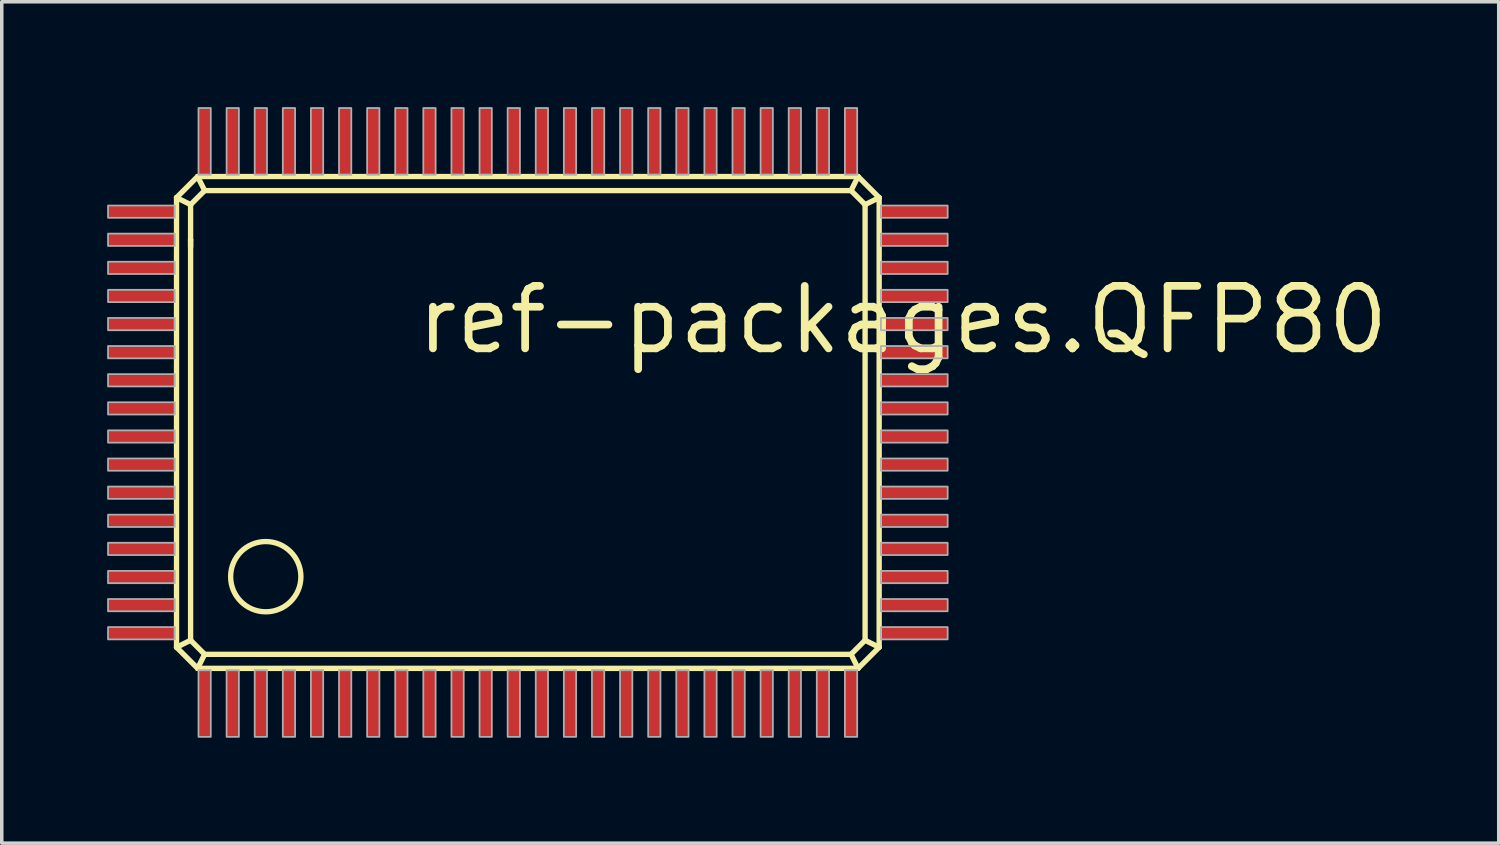
<source format=kicad_pcb>
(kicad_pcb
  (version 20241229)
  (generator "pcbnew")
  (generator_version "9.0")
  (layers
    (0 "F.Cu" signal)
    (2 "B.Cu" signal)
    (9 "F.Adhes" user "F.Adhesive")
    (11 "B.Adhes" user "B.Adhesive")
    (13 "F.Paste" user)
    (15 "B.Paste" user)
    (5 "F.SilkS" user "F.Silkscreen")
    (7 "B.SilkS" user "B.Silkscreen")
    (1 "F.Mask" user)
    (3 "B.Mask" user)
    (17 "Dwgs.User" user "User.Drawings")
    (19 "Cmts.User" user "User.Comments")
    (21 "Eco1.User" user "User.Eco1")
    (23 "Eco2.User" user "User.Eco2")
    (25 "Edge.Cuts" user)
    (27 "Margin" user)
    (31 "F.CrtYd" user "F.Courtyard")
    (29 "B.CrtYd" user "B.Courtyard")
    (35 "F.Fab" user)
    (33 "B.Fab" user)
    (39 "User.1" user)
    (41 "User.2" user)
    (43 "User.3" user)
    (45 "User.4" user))
  (footprint "ref-packages.QFP80"
    (layer "F.Cu")
    (at 11.575 9.445)
    (property "Reference" "ref-packages.QFP80" (at -2.87 -2.35 0) (layer "F.SilkS") (effects (font (size 1.778 1.778) (thickness 0.22)) (justify left bottom)))
    (attr smd)
    (fp_line (start -9.6 -6.87) (end -9 -7.47) (stroke (width 0.152) (type default)) (layer "F.SilkS"))
    (fp_line (start -9.6 5.93) (end -9.6 -6.87) (stroke (width 0.152) (type default)) (layer "F.SilkS"))
    (fp_line (start -9.2 -6.67) (end -9.6 -6.87) (stroke (width 0.152) (type default)) (layer "F.SilkS"))
    (fp_line (start -9.2 -6.67) (end -8.8 -7.07) (stroke (width 0.152) (type default)) (layer "F.SilkS"))
    (fp_line (start -9.2 -5.67) (end -9.2 -6.67) (stroke (width 0.152) (type default)) (layer "F.SilkS"))
    (fp_line (start -9.2 -5.47) (end -9.2 -5.67) (stroke (width 0.152) (type default)) (layer "F.SilkS"))
    (fp_line (start -9.2 5.73) (end -9.6 5.93) (stroke (width 0.152) (type default)) (layer "F.SilkS"))
    (fp_line (start -9.2 5.73) (end -9.2 -5.67) (stroke (width 0.152) (type default)) (layer "F.SilkS"))
    (fp_line (start -9 -7.47) (end -8.8 -7.07) (stroke (width 0.152) (type default)) (layer "F.SilkS"))
    (fp_line (start -9 -7.47) (end 9.8 -7.47) (stroke (width 0.152) (type default)) (layer "F.SilkS"))
    (fp_line (start -9 6.53) (end -9.6 5.93) (stroke (width 0.152) (type default)) (layer "F.SilkS"))
    (fp_line (start -9 6.53) (end -8.8 6.13) (stroke (width 0.152) (type default)) (layer "F.SilkS"))
    (fp_line (start -8.8 -7.07) (end 9.6 -7.07) (stroke (width 0.152) (type default)) (layer "F.SilkS"))
    (fp_line (start -8.8 6.13) (end -9.2 5.73) (stroke (width 0.152) (type default)) (layer "F.SilkS"))
    (fp_line (start 9.6 -7.07) (end 10 -6.67) (stroke (width 0.152) (type default)) (layer "F.SilkS"))
    (fp_line (start 9.6 6.13) (end -8.8 6.13) (stroke (width 0.152) (type default)) (layer "F.SilkS"))
    (fp_line (start 9.8 -7.47) (end 9.6 -7.07) (stroke (width 0.152) (type default)) (layer "F.SilkS"))
    (fp_line (start 9.8 -7.47) (end 10.4 -6.87) (stroke (width 0.152) (type default)) (layer "F.SilkS"))
    (fp_line (start 9.8 6.53) (end -9 6.53) (stroke (width 0.152) (type default)) (layer "F.SilkS"))
    (fp_line (start 9.8 6.53) (end 9.6 6.13) (stroke (width 0.152) (type default)) (layer "F.SilkS"))
    (fp_line (start 10 -6.67) (end 10 5.73) (stroke (width 0.152) (type default)) (layer "F.SilkS"))
    (fp_line (start 10 -6.67) (end 10.4 -6.87) (stroke (width 0.152) (type default)) (layer "F.SilkS"))
    (fp_line (start 10 5.73) (end 9.6 6.13) (stroke (width 0.152) (type default)) (layer "F.SilkS"))
    (fp_line (start 10 5.73) (end 10.4 5.93) (stroke (width 0.152) (type default)) (layer "F.SilkS"))
    (fp_line (start 10.4 -6.87) (end 10.4 5.93) (stroke (width 0.152) (type default)) (layer "F.SilkS"))
    (fp_line (start 10.4 5.93) (end 9.8 6.53) (stroke (width 0.152) (type default)) (layer "F.SilkS"))
    (fp_circle (center -7.06 3.92) (end -6.06 3.92) (stroke (width 0.152) (type default)) (fill no) (layer "F.SilkS"))
    (fp_rect (start -11.55 -6.295) (end -9.65 -6.645) (stroke (width 0.05) (type default)) (fill no) (layer "F.Fab"))
    (fp_rect (start -11.55 -5.495) (end -9.65 -5.845) (stroke (width 0.05) (type default)) (fill no) (layer "F.Fab"))
    (fp_rect (start -11.55 -4.695) (end -9.65 -5.045) (stroke (width 0.05) (type default)) (fill no) (layer "F.Fab"))
    (fp_rect (start -11.55 -3.895) (end -9.65 -4.245) (stroke (width 0.05) (type default)) (fill no) (layer "F.Fab"))
    (fp_rect (start -11.55 -3.095) (end -9.65 -3.445) (stroke (width 0.05) (type default)) (fill no) (layer "F.Fab"))
    (fp_rect (start -11.55 -2.295) (end -9.65 -2.645) (stroke (width 0.05) (type default)) (fill no) (layer "F.Fab"))
    (fp_rect (start -11.55 -1.495) (end -9.65 -1.845) (stroke (width 0.05) (type default)) (fill no) (layer "F.Fab"))
    (fp_rect (start -11.55 -0.695) (end -9.65 -1.045) (stroke (width 0.05) (type default)) (fill no) (layer "F.Fab"))
    (fp_rect (start -11.55 0.105) (end -9.65 -0.245) (stroke (width 0.05) (type default)) (fill no) (layer "F.Fab"))
    (fp_rect (start -11.55 0.905) (end -9.65 0.555) (stroke (width 0.05) (type default)) (fill no) (layer "F.Fab"))
    (fp_rect (start -11.55 1.705) (end -9.65 1.355) (stroke (width 0.05) (type default)) (fill no) (layer "F.Fab"))
    (fp_rect (start -11.55 2.505) (end -9.65 2.155) (stroke (width 0.05) (type default)) (fill no) (layer "F.Fab"))
    (fp_rect (start -11.55 3.305) (end -9.65 2.955) (stroke (width 0.05) (type default)) (fill no) (layer "F.Fab"))
    (fp_rect (start -11.55 4.105) (end -9.65 3.755) (stroke (width 0.05) (type default)) (fill no) (layer "F.Fab"))
    (fp_rect (start -11.55 4.905) (end -9.65 4.555) (stroke (width 0.05) (type default)) (fill no) (layer "F.Fab"))
    (fp_rect (start -11.55 5.705) (end -9.65 5.355) (stroke (width 0.05) (type default)) (fill no) (layer "F.Fab"))
    (fp_rect (start -8.975 -7.52) (end -8.625 -9.42) (stroke (width 0.05) (type default)) (fill no) (layer "F.Fab"))
    (fp_rect (start -8.975 8.48) (end -8.625 6.58) (stroke (width 0.05) (type default)) (fill no) (layer "F.Fab"))
    (fp_rect (start -8.175 -7.52) (end -7.825 -9.42) (stroke (width 0.05) (type default)) (fill no) (layer "F.Fab"))
    (fp_rect (start -8.175 8.48) (end -7.825 6.58) (stroke (width 0.05) (type default)) (fill no) (layer "F.Fab"))
    (fp_rect (start -7.375 -7.52) (end -7.025 -9.42) (stroke (width 0.05) (type default)) (fill no) (layer "F.Fab"))
    (fp_rect (start -7.375 8.48) (end -7.025 6.58) (stroke (width 0.05) (type default)) (fill no) (layer "F.Fab"))
    (fp_rect (start -6.575 -7.52) (end -6.225 -9.42) (stroke (width 0.05) (type default)) (fill no) (layer "F.Fab"))
    (fp_rect (start -6.575 8.48) (end -6.225 6.58) (stroke (width 0.05) (type default)) (fill no) (layer "F.Fab"))
    (fp_rect (start -5.775 -7.52) (end -5.425 -9.42) (stroke (width 0.05) (type default)) (fill no) (layer "F.Fab"))
    (fp_rect (start -5.775 8.48) (end -5.425 6.58) (stroke (width 0.05) (type default)) (fill no) (layer "F.Fab"))
    (fp_rect (start -4.975 -7.52) (end -4.625 -9.42) (stroke (width 0.05) (type default)) (fill no) (layer "F.Fab"))
    (fp_rect (start -4.975 8.48) (end -4.625 6.58) (stroke (width 0.05) (type default)) (fill no) (layer "F.Fab"))
    (fp_rect (start -4.175 -7.52) (end -3.825 -9.42) (stroke (width 0.05) (type default)) (fill no) (layer "F.Fab"))
    (fp_rect (start -4.175 8.48) (end -3.825 6.58) (stroke (width 0.05) (type default)) (fill no) (layer "F.Fab"))
    (fp_rect (start -3.375 -7.52) (end -3.025 -9.42) (stroke (width 0.05) (type default)) (fill no) (layer "F.Fab"))
    (fp_rect (start -3.375 8.48) (end -3.025 6.58) (stroke (width 0.05) (type default)) (fill no) (layer "F.Fab"))
    (fp_rect (start -2.575 -7.52) (end -2.225 -9.42) (stroke (width 0.05) (type default)) (fill no) (layer "F.Fab"))
    (fp_rect (start -2.575 8.48) (end -2.225 6.58) (stroke (width 0.05) (type default)) (fill no) (layer "F.Fab"))
    (fp_rect (start -1.775 -7.52) (end -1.425 -9.42) (stroke (width 0.05) (type default)) (fill no) (layer "F.Fab"))
    (fp_rect (start -1.775 8.48) (end -1.425 6.58) (stroke (width 0.05) (type default)) (fill no) (layer "F.Fab"))
    (fp_rect (start -0.975 -7.52) (end -0.625 -9.42) (stroke (width 0.05) (type default)) (fill no) (layer "F.Fab"))
    (fp_rect (start -0.975 8.48) (end -0.625 6.58) (stroke (width 0.05) (type default)) (fill no) (layer "F.Fab"))
    (fp_rect (start -0.175 -7.52) (end 0.175 -9.42) (stroke (width 0.05) (type default)) (fill no) (layer "F.Fab"))
    (fp_rect (start -0.175 8.48) (end 0.175 6.58) (stroke (width 0.05) (type default)) (fill no) (layer "F.Fab"))
    (fp_rect (start 0.625 -7.52) (end 0.975 -9.42) (stroke (width 0.05) (type default)) (fill no) (layer "F.Fab"))
    (fp_rect (start 0.625 8.48) (end 0.975 6.58) (stroke (width 0.05) (type default)) (fill no) (layer "F.Fab"))
    (fp_rect (start 1.425 -7.52) (end 1.775 -9.42) (stroke (width 0.05) (type default)) (fill no) (layer "F.Fab"))
    (fp_rect (start 1.425 8.48) (end 1.775 6.58) (stroke (width 0.05) (type default)) (fill no) (layer "F.Fab"))
    (fp_rect (start 2.225 -7.52) (end 2.575 -9.42) (stroke (width 0.05) (type default)) (fill no) (layer "F.Fab"))
    (fp_rect (start 2.225 8.48) (end 2.575 6.58) (stroke (width 0.05) (type default)) (fill no) (layer "F.Fab"))
    (fp_rect (start 3.025 -7.52) (end 3.375 -9.42) (stroke (width 0.05) (type default)) (fill no) (layer "F.Fab"))
    (fp_rect (start 3.025 8.48) (end 3.375 6.58) (stroke (width 0.05) (type default)) (fill no) (layer "F.Fab"))
    (fp_rect (start 3.825 -7.52) (end 4.175 -9.42) (stroke (width 0.05) (type default)) (fill no) (layer "F.Fab"))
    (fp_rect (start 3.825 8.48) (end 4.175 6.58) (stroke (width 0.05) (type default)) (fill no) (layer "F.Fab"))
    (fp_rect (start 4.625 -7.52) (end 4.975 -9.42) (stroke (width 0.05) (type default)) (fill no) (layer "F.Fab"))
    (fp_rect (start 4.625 8.48) (end 4.975 6.58) (stroke (width 0.05) (type default)) (fill no) (layer "F.Fab"))
    (fp_rect (start 5.425 -7.52) (end 5.775 -9.42) (stroke (width 0.05) (type default)) (fill no) (layer "F.Fab"))
    (fp_rect (start 5.425 8.48) (end 5.775 6.58) (stroke (width 0.05) (type default)) (fill no) (layer "F.Fab"))
    (fp_rect (start 6.225 -7.52) (end 6.575 -9.42) (stroke (width 0.05) (type default)) (fill no) (layer "F.Fab"))
    (fp_rect (start 6.225 8.48) (end 6.575 6.58) (stroke (width 0.05) (type default)) (fill no) (layer "F.Fab"))
    (fp_rect (start 7.025 -7.52) (end 7.375 -9.42) (stroke (width 0.05) (type default)) (fill no) (layer "F.Fab"))
    (fp_rect (start 7.025 8.48) (end 7.375 6.58) (stroke (width 0.05) (type default)) (fill no) (layer "F.Fab"))
    (fp_rect (start 7.825 -7.52) (end 8.175 -9.42) (stroke (width 0.05) (type default)) (fill no) (layer "F.Fab"))
    (fp_rect (start 7.825 8.48) (end 8.175 6.58) (stroke (width 0.05) (type default)) (fill no) (layer "F.Fab"))
    (fp_rect (start 8.625 -7.52) (end 8.975 -9.42) (stroke (width 0.05) (type default)) (fill no) (layer "F.Fab"))
    (fp_rect (start 8.625 8.48) (end 8.975 6.58) (stroke (width 0.05) (type default)) (fill no) (layer "F.Fab"))
    (fp_rect (start 9.425 -7.52) (end 9.775 -9.42) (stroke (width 0.05) (type default)) (fill no) (layer "F.Fab"))
    (fp_rect (start 9.425 8.48) (end 9.775 6.58) (stroke (width 0.05) (type default)) (fill no) (layer "F.Fab"))
    (fp_rect (start 10.45 -6.295) (end 12.35 -6.645) (stroke (width 0.05) (type default)) (fill no) (layer "F.Fab"))
    (fp_rect (start 10.45 -5.495) (end 12.35 -5.845) (stroke (width 0.05) (type default)) (fill no) (layer "F.Fab"))
    (fp_rect (start 10.45 -4.695) (end 12.35 -5.045) (stroke (width 0.05) (type default)) (fill no) (layer "F.Fab"))
    (fp_rect (start 10.45 -3.895) (end 12.35 -4.245) (stroke (width 0.05) (type default)) (fill no) (layer "F.Fab"))
    (fp_rect (start 10.45 -3.095) (end 12.35 -3.445) (stroke (width 0.05) (type default)) (fill no) (layer "F.Fab"))
    (fp_rect (start 10.45 -2.295) (end 12.35 -2.645) (stroke (width 0.05) (type default)) (fill no) (layer "F.Fab"))
    (fp_rect (start 10.45 -1.495) (end 12.35 -1.845) (stroke (width 0.05) (type default)) (fill no) (layer "F.Fab"))
    (fp_rect (start 10.45 -0.695) (end 12.35 -1.045) (stroke (width 0.05) (type default)) (fill no) (layer "F.Fab"))
    (fp_rect (start 10.45 0.105) (end 12.35 -0.245) (stroke (width 0.05) (type default)) (fill no) (layer "F.Fab"))
    (fp_rect (start 10.45 0.905) (end 12.35 0.555) (stroke (width 0.05) (type default)) (fill no) (layer "F.Fab"))
    (fp_rect (start 10.45 1.705) (end 12.35 1.355) (stroke (width 0.05) (type default)) (fill no) (layer "F.Fab"))
    (fp_rect (start 10.45 2.505) (end 12.35 2.155) (stroke (width 0.05) (type default)) (fill no) (layer "F.Fab"))
    (fp_rect (start 10.45 3.305) (end 12.35 2.955) (stroke (width 0.05) (type default)) (fill no) (layer "F.Fab"))
    (fp_rect (start 10.45 4.105) (end 12.35 3.755) (stroke (width 0.05) (type default)) (fill no) (layer "F.Fab"))
    (fp_rect (start 10.45 4.905) (end 12.35 4.555) (stroke (width 0.05) (type default)) (fill no) (layer "F.Fab"))
    (fp_rect (start 10.45 5.705) (end 12.35 5.355) (stroke (width 0.05) (type default)) (fill no) (layer "F.Fab"))
    (pad "1" smd roundrect (at -8.8 7.53) (size 0.35 1.9) (layers "F.Cu" "F.Mask" "F.Paste") (roundrect_rratio 0.01))
    (pad "2" smd roundrect (at -8 7.53) (size 0.35 1.9) (layers "F.Cu" "F.Mask" "F.Paste") (roundrect_rratio 0.01))
    (pad "3" smd roundrect (at -7.2 7.53) (size 0.35 1.9) (layers "F.Cu" "F.Mask" "F.Paste") (roundrect_rratio 0.01))
    (pad "4" smd roundrect (at -6.4 7.53) (size 0.35 1.9) (layers "F.Cu" "F.Mask" "F.Paste") (roundrect_rratio 0.01))
    (pad "5" smd roundrect (at -5.6 7.53) (size 0.35 1.9) (layers "F.Cu" "F.Mask" "F.Paste") (roundrect_rratio 0.01))
    (pad "6" smd roundrect (at -4.8 7.53) (size 0.35 1.9) (layers "F.Cu" "F.Mask" "F.Paste") (roundrect_rratio 0.01))
    (pad "7" smd roundrect (at -4 7.53) (size 0.35 1.9) (layers "F.Cu" "F.Mask" "F.Paste") (roundrect_rratio 0.01))
    (pad "8" smd roundrect (at -3.2 7.53) (size 0.35 1.9) (layers "F.Cu" "F.Mask" "F.Paste") (roundrect_rratio 0.01))
    (pad "9" smd roundrect (at -2.4 7.53) (size 0.35 1.9) (layers "F.Cu" "F.Mask" "F.Paste") (roundrect_rratio 0.01))
    (pad "10" smd roundrect (at -1.6 7.53) (size 0.35 1.9) (layers "F.Cu" "F.Mask" "F.Paste") (roundrect_rratio 0.01))
    (pad "11" smd roundrect (at -0.8 7.53) (size 0.35 1.9) (layers "F.Cu" "F.Mask" "F.Paste") (roundrect_rratio 0.01))
    (pad "12" smd roundrect (at 0 7.53) (size 0.35 1.9) (layers "F.Cu" "F.Mask" "F.Paste") (roundrect_rratio 0.01))
    (pad "13" smd roundrect (at 0.8 7.53) (size 0.35 1.9) (layers "F.Cu" "F.Mask" "F.Paste") (roundrect_rratio 0.01))
    (pad "14" smd roundrect (at 1.6 7.53) (size 0.35 1.9) (layers "F.Cu" "F.Mask" "F.Paste") (roundrect_rratio 0.01))
    (pad "15" smd roundrect (at 2.4 7.53) (size 0.35 1.9) (layers "F.Cu" "F.Mask" "F.Paste") (roundrect_rratio 0.01))
    (pad "16" smd roundrect (at 3.2 7.53) (size 0.35 1.9) (layers "F.Cu" "F.Mask" "F.Paste") (roundrect_rratio 0.01))
    (pad "17" smd roundrect (at 4 7.53) (size 0.35 1.9) (layers "F.Cu" "F.Mask" "F.Paste") (roundrect_rratio 0.01))
    (pad "18" smd roundrect (at 4.8 7.53) (size 0.35 1.9) (layers "F.Cu" "F.Mask" "F.Paste") (roundrect_rratio 0.01))
    (pad "19" smd roundrect (at 5.6 7.53) (size 0.35 1.9) (layers "F.Cu" "F.Mask" "F.Paste") (roundrect_rratio 0.01))
    (pad "20" smd roundrect (at 6.4 7.53) (size 0.35 1.9) (layers "F.Cu" "F.Mask" "F.Paste") (roundrect_rratio 0.01))
    (pad "21" smd roundrect (at 7.2 7.53) (size 0.35 1.9) (layers "F.Cu" "F.Mask" "F.Paste") (roundrect_rratio 0.01))
    (pad "22" smd roundrect (at 8 7.53) (size 0.35 1.9) (layers "F.Cu" "F.Mask" "F.Paste") (roundrect_rratio 0.01))
    (pad "23" smd roundrect (at 8.8 7.53) (size 0.35 1.9) (layers "F.Cu" "F.Mask" "F.Paste") (roundrect_rratio 0.01))
    (pad "24" smd roundrect (at 9.6 7.53) (size 0.35 1.9) (layers "F.Cu" "F.Mask" "F.Paste") (roundrect_rratio 0.01))
    (pad "25" smd roundrect (at 11.4 5.53) (size 1.9 0.35) (layers "F.Cu" "F.Mask" "F.Paste") (roundrect_rratio 0.01))
    (pad "26" smd roundrect (at 11.4 4.73) (size 1.9 0.35) (layers "F.Cu" "F.Mask" "F.Paste") (roundrect_rratio 0.01))
    (pad "27" smd roundrect (at 11.4 3.93) (size 1.9 0.35) (layers "F.Cu" "F.Mask" "F.Paste") (roundrect_rratio 0.01))
    (pad "28" smd roundrect (at 11.4 3.13) (size 1.9 0.35) (layers "F.Cu" "F.Mask" "F.Paste") (roundrect_rratio 0.01))
    (pad "29" smd roundrect (at 11.4 2.33) (size 1.9 0.35) (layers "F.Cu" "F.Mask" "F.Paste") (roundrect_rratio 0.01))
    (pad "30" smd roundrect (at 11.4 1.53) (size 1.9 0.35) (layers "F.Cu" "F.Mask" "F.Paste") (roundrect_rratio 0.01))
    (pad "31" smd roundrect (at 11.4 0.73) (size 1.9 0.35) (layers "F.Cu" "F.Mask" "F.Paste") (roundrect_rratio 0.01))
    (pad "32" smd roundrect (at 11.4 -0.07) (size 1.9 0.35) (layers "F.Cu" "F.Mask" "F.Paste") (roundrect_rratio 0.01))
    (pad "33" smd roundrect (at 11.4 -0.87) (size 1.9 0.35) (layers "F.Cu" "F.Mask" "F.Paste") (roundrect_rratio 0.01))
    (pad "34" smd roundrect (at 11.4 -1.67) (size 1.9 0.35) (layers "F.Cu" "F.Mask" "F.Paste") (roundrect_rratio 0.01))
    (pad "35" smd roundrect (at 11.4 -2.47) (size 1.9 0.35) (layers "F.Cu" "F.Mask" "F.Paste") (roundrect_rratio 0.01))
    (pad "36" smd roundrect (at 11.4 -3.27) (size 1.9 0.35) (layers "F.Cu" "F.Mask" "F.Paste") (roundrect_rratio 0.01))
    (pad "37" smd roundrect (at 11.4 -4.07) (size 1.9 0.35) (layers "F.Cu" "F.Mask" "F.Paste") (roundrect_rratio 0.01))
    (pad "38" smd roundrect (at 11.4 -4.87) (size 1.9 0.35) (layers "F.Cu" "F.Mask" "F.Paste") (roundrect_rratio 0.01))
    (pad "39" smd roundrect (at 11.4 -5.67) (size 1.9 0.35) (layers "F.Cu" "F.Mask" "F.Paste") (roundrect_rratio 0.01))
    (pad "40" smd roundrect (at 11.4 -6.47) (size 1.9 0.35) (layers "F.Cu" "F.Mask" "F.Paste") (roundrect_rratio 0.01))
    (pad "41" smd roundrect (at 9.6 -8.47) (size 0.35 1.9) (layers "F.Cu" "F.Mask" "F.Paste") (roundrect_rratio 0.01))
    (pad "42" smd roundrect (at 8.8 -8.47) (size 0.35 1.9) (layers "F.Cu" "F.Mask" "F.Paste") (roundrect_rratio 0.01))
    (pad "43" smd roundrect (at 8 -8.47) (size 0.35 1.9) (layers "F.Cu" "F.Mask" "F.Paste") (roundrect_rratio 0.01))
    (pad "44" smd roundrect (at 7.2 -8.47) (size 0.35 1.9) (layers "F.Cu" "F.Mask" "F.Paste") (roundrect_rratio 0.01))
    (pad "45" smd roundrect (at 6.4 -8.47) (size 0.35 1.9) (layers "F.Cu" "F.Mask" "F.Paste") (roundrect_rratio 0.01))
    (pad "46" smd roundrect (at 5.6 -8.47) (size 0.35 1.9) (layers "F.Cu" "F.Mask" "F.Paste") (roundrect_rratio 0.01))
    (pad "47" smd roundrect (at 4.8 -8.47) (size 0.35 1.9) (layers "F.Cu" "F.Mask" "F.Paste") (roundrect_rratio 0.01))
    (pad "48" smd roundrect (at 4 -8.47) (size 0.35 1.9) (layers "F.Cu" "F.Mask" "F.Paste") (roundrect_rratio 0.01))
    (pad "49" smd roundrect (at 3.2 -8.47) (size 0.35 1.9) (layers "F.Cu" "F.Mask" "F.Paste") (roundrect_rratio 0.01))
    (pad "50" smd roundrect (at 2.4 -8.47) (size 0.35 1.9) (layers "F.Cu" "F.Mask" "F.Paste") (roundrect_rratio 0.01))
    (pad "51" smd roundrect (at 1.6 -8.47) (size 0.35 1.9) (layers "F.Cu" "F.Mask" "F.Paste") (roundrect_rratio 0.01))
    (pad "52" smd roundrect (at 0.8 -8.47) (size 0.35 1.9) (layers "F.Cu" "F.Mask" "F.Paste") (roundrect_rratio 0.01))
    (pad "53" smd roundrect (at 0 -8.47) (size 0.35 1.9) (layers "F.Cu" "F.Mask" "F.Paste") (roundrect_rratio 0.01))
    (pad "54" smd roundrect (at -0.8 -8.47) (size 0.35 1.9) (layers "F.Cu" "F.Mask" "F.Paste") (roundrect_rratio 0.01))
    (pad "55" smd roundrect (at -1.6 -8.47) (size 0.35 1.9) (layers "F.Cu" "F.Mask" "F.Paste") (roundrect_rratio 0.01))
    (pad "56" smd roundrect (at -2.4 -8.47) (size 0.35 1.9) (layers "F.Cu" "F.Mask" "F.Paste") (roundrect_rratio 0.01))
    (pad "57" smd roundrect (at -3.2 -8.47) (size 0.35 1.9) (layers "F.Cu" "F.Mask" "F.Paste") (roundrect_rratio 0.01))
    (pad "58" smd roundrect (at -4 -8.47) (size 0.35 1.9) (layers "F.Cu" "F.Mask" "F.Paste") (roundrect_rratio 0.01))
    (pad "59" smd roundrect (at -4.8 -8.47) (size 0.35 1.9) (layers "F.Cu" "F.Mask" "F.Paste") (roundrect_rratio 0.01))
    (pad "60" smd roundrect (at -5.6 -8.47) (size 0.35 1.9) (layers "F.Cu" "F.Mask" "F.Paste") (roundrect_rratio 0.01))
    (pad "61" smd roundrect (at -6.4 -8.47) (size 0.35 1.9) (layers "F.Cu" "F.Mask" "F.Paste") (roundrect_rratio 0.01))
    (pad "62" smd roundrect (at -7.2 -8.47) (size 0.35 1.9) (layers "F.Cu" "F.Mask" "F.Paste") (roundrect_rratio 0.01))
    (pad "63" smd roundrect (at -8 -8.47) (size 0.35 1.9) (layers "F.Cu" "F.Mask" "F.Paste") (roundrect_rratio 0.01))
    (pad "64" smd roundrect (at -8.8 -8.47) (size 0.35 1.9) (layers "F.Cu" "F.Mask" "F.Paste") (roundrect_rratio 0.01))
    (pad "65" smd roundrect (at -10.6 -6.47) (size 1.9 0.35) (layers "F.Cu" "F.Mask" "F.Paste") (roundrect_rratio 0.01))
    (pad "66" smd roundrect (at -10.6 -5.67) (size 1.9 0.35) (layers "F.Cu" "F.Mask" "F.Paste") (roundrect_rratio 0.01))
    (pad "67" smd roundrect (at -10.6 -4.87) (size 1.9 0.35) (layers "F.Cu" "F.Mask" "F.Paste") (roundrect_rratio 0.01))
    (pad "68" smd roundrect (at -10.6 -4.07) (size 1.9 0.35) (layers "F.Cu" "F.Mask" "F.Paste") (roundrect_rratio 0.01))
    (pad "69" smd roundrect (at -10.6 -3.27) (size 1.9 0.35) (layers "F.Cu" "F.Mask" "F.Paste") (roundrect_rratio 0.01))
    (pad "70" smd roundrect (at -10.6 -2.47) (size 1.9 0.35) (layers "F.Cu" "F.Mask" "F.Paste") (roundrect_rratio 0.01))
    (pad "71" smd roundrect (at -10.6 -1.67) (size 1.9 0.35) (layers "F.Cu" "F.Mask" "F.Paste") (roundrect_rratio 0.01))
    (pad "72" smd roundrect (at -10.6 -0.87) (size 1.9 0.35) (layers "F.Cu" "F.Mask" "F.Paste") (roundrect_rratio 0.01))
    (pad "73" smd roundrect (at -10.6 -0.07) (size 1.9 0.35) (layers "F.Cu" "F.Mask" "F.Paste") (roundrect_rratio 0.01))
    (pad "74" smd roundrect (at -10.6 0.73) (size 1.9 0.35) (layers "F.Cu" "F.Mask" "F.Paste") (roundrect_rratio 0.01))
    (pad "75" smd roundrect (at -10.6 1.53) (size 1.9 0.35) (layers "F.Cu" "F.Mask" "F.Paste") (roundrect_rratio 0.01))
    (pad "76" smd roundrect (at -10.6 2.33) (size 1.9 0.35) (layers "F.Cu" "F.Mask" "F.Paste") (roundrect_rratio 0.01))
    (pad "77" smd roundrect (at -10.6 3.13) (size 1.9 0.35) (layers "F.Cu" "F.Mask" "F.Paste") (roundrect_rratio 0.01))
    (pad "78" smd roundrect (at -10.6 3.93) (size 1.9 0.35) (layers "F.Cu" "F.Mask" "F.Paste") (roundrect_rratio 0.01))
    (pad "79" smd roundrect (at -10.6 4.73) (size 1.9 0.35) (layers "F.Cu" "F.Mask" "F.Paste") (roundrect_rratio 0.01))
    (pad "80" smd roundrect (at -10.6 5.53) (size 1.9 0.35) (layers "F.Cu" "F.Mask" "F.Paste") (roundrect_rratio 0.01)))
  (gr_rect
    (start -3 -3)
    (end 39.611 20.95)
    (stroke (width 0.1) (type default))
    (fill no)
    (layer "Edge.Cuts")))
</source>
